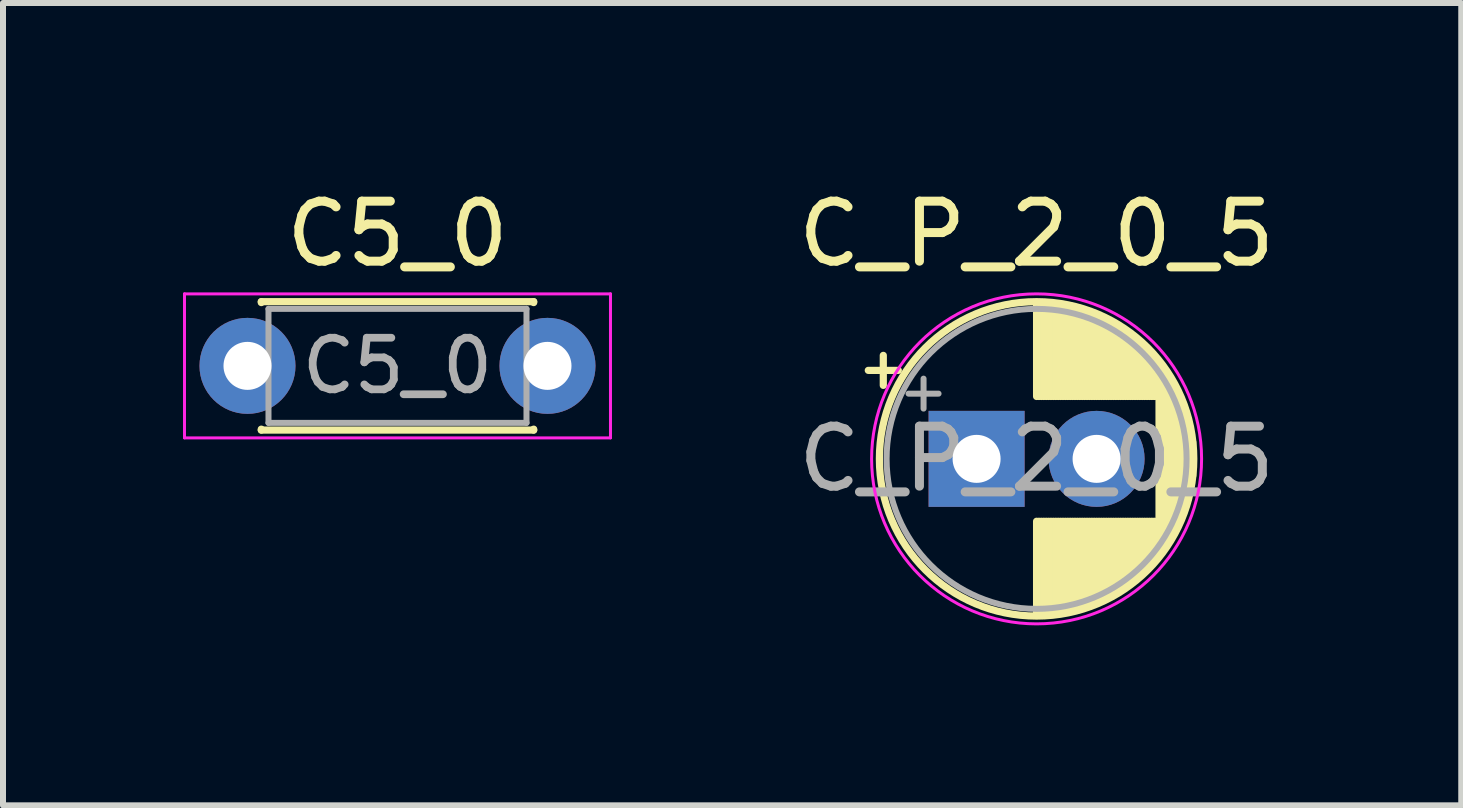
<source format=kicad_pcb>
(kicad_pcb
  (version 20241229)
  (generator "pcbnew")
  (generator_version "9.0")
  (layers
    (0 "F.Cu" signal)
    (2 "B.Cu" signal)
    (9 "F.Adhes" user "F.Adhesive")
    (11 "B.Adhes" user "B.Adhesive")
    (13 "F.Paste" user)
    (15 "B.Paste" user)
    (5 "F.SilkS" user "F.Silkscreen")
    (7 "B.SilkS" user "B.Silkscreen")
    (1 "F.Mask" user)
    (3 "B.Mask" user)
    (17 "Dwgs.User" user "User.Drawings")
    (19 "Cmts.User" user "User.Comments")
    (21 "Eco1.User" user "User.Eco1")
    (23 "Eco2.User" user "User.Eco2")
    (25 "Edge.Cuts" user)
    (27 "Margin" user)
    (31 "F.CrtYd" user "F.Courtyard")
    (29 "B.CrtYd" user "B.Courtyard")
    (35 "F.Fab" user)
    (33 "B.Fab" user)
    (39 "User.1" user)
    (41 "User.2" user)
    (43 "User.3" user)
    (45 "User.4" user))
  (footprint "C_P_2_0_5"
    (layer "F.Cu")
    (at 13.227 4.598)
    (property "Reference" "C_P_2_0_5" (at 1 -3.75 0) (layer "F.SilkS") (effects (font (size 1 1) (thickness 0.15))))
    (attr through_hole)
    (fp_line (start -1.805 -1.475) (end -1.305 -1.475) (stroke (width 0.12) (type solid)) (layer "F.SilkS"))
    (fp_line (start -1.555 -1.725) (end -1.555 -1.225) (stroke (width 0.12) (type solid)) (layer "F.SilkS"))
    (fp_line (start 1 -2.58) (end 1 -1.04) (stroke (width 0.12) (type solid)) (layer "F.SilkS"))
    (fp_line (start 1 1.04) (end 1 2.58) (stroke (width 0.12) (type solid)) (layer "F.SilkS"))
    (fp_line (start 1.04 -2.58) (end 1.04 -1.04) (stroke (width 0.12) (type solid)) (layer "F.SilkS"))
    (fp_line (start 1.04 1.04) (end 1.04 2.58) (stroke (width 0.12) (type solid)) (layer "F.SilkS"))
    (fp_line (start 1.08 -2.579) (end 1.08 -1.04) (stroke (width 0.12) (type solid)) (layer "F.SilkS"))
    (fp_line (start 1.08 1.04) (end 1.08 2.579) (stroke (width 0.12) (type solid)) (layer "F.SilkS"))
    (fp_line (start 1.12 -2.578) (end 1.12 -1.04) (stroke (width 0.12) (type solid)) (layer "F.SilkS"))
    (fp_line (start 1.12 1.04) (end 1.12 2.578) (stroke (width 0.12) (type solid)) (layer "F.SilkS"))
    (fp_line (start 1.16 -2.576) (end 1.16 -1.04) (stroke (width 0.12) (type solid)) (layer "F.SilkS"))
    (fp_line (start 1.16 1.04) (end 1.16 2.576) (stroke (width 0.12) (type solid)) (layer "F.SilkS"))
    (fp_line (start 1.2 -2.573) (end 1.2 -1.04) (stroke (width 0.12) (type solid)) (layer "F.SilkS"))
    (fp_line (start 1.2 1.04) (end 1.2 2.573) (stroke (width 0.12) (type solid)) (layer "F.SilkS"))
    (fp_line (start 1.24 -2.569) (end 1.24 -1.04) (stroke (width 0.12) (type solid)) (layer "F.SilkS"))
    (fp_line (start 1.24 1.04) (end 1.24 2.569) (stroke (width 0.12) (type solid)) (layer "F.SilkS"))
    (fp_line (start 1.28 -2.565) (end 1.28 -1.04) (stroke (width 0.12) (type solid)) (layer "F.SilkS"))
    (fp_line (start 1.28 1.04) (end 1.28 2.565) (stroke (width 0.12) (type solid)) (layer "F.SilkS"))
    (fp_line (start 1.32 -2.561) (end 1.32 -1.04) (stroke (width 0.12) (type solid)) (layer "F.SilkS"))
    (fp_line (start 1.32 1.04) (end 1.32 2.561) (stroke (width 0.12) (type solid)) (layer "F.SilkS"))
    (fp_line (start 1.36 -2.556) (end 1.36 -1.04) (stroke (width 0.12) (type solid)) (layer "F.SilkS"))
    (fp_line (start 1.36 1.04) (end 1.36 2.556) (stroke (width 0.12) (type solid)) (layer "F.SilkS"))
    (fp_line (start 1.4 -2.55) (end 1.4 -1.04) (stroke (width 0.12) (type solid)) (layer "F.SilkS"))
    (fp_line (start 1.4 1.04) (end 1.4 2.55) (stroke (width 0.12) (type solid)) (layer "F.SilkS"))
    (fp_line (start 1.44 -2.543) (end 1.44 -1.04) (stroke (width 0.12) (type solid)) (layer "F.SilkS"))
    (fp_line (start 1.44 1.04) (end 1.44 2.543) (stroke (width 0.12) (type solid)) (layer "F.SilkS"))
    (fp_line (start 1.48 -2.536) (end 1.48 -1.04) (stroke (width 0.12) (type solid)) (layer "F.SilkS"))
    (fp_line (start 1.48 1.04) (end 1.48 2.536) (stroke (width 0.12) (type solid)) (layer "F.SilkS"))
    (fp_line (start 1.52 -2.528) (end 1.52 -1.04) (stroke (width 0.12) (type solid)) (layer "F.SilkS"))
    (fp_line (start 1.52 1.04) (end 1.52 2.528) (stroke (width 0.12) (type solid)) (layer "F.SilkS"))
    (fp_line (start 1.56 -2.52) (end 1.56 -1.04) (stroke (width 0.12) (type solid)) (layer "F.SilkS"))
    (fp_line (start 1.56 1.04) (end 1.56 2.52) (stroke (width 0.12) (type solid)) (layer "F.SilkS"))
    (fp_line (start 1.6 -2.511) (end 1.6 -1.04) (stroke (width 0.12) (type solid)) (layer "F.SilkS"))
    (fp_line (start 1.6 1.04) (end 1.6 2.511) (stroke (width 0.12) (type solid)) (layer "F.SilkS"))
    (fp_line (start 1.64 -2.501) (end 1.64 -1.04) (stroke (width 0.12) (type solid)) (layer "F.SilkS"))
    (fp_line (start 1.64 1.04) (end 1.64 2.501) (stroke (width 0.12) (type solid)) (layer "F.SilkS"))
    (fp_line (start 1.68 -2.491) (end 1.68 -1.04) (stroke (width 0.12) (type solid)) (layer "F.SilkS"))
    (fp_line (start 1.68 1.04) (end 1.68 2.491) (stroke (width 0.12) (type solid)) (layer "F.SilkS"))
    (fp_line (start 1.721 -2.48) (end 1.721 -1.04) (stroke (width 0.12) (type solid)) (layer "F.SilkS"))
    (fp_line (start 1.721 1.04) (end 1.721 2.48) (stroke (width 0.12) (type solid)) (layer "F.SilkS"))
    (fp_line (start 1.761 -2.468) (end 1.761 -1.04) (stroke (width 0.12) (type solid)) (layer "F.SilkS"))
    (fp_line (start 1.761 1.04) (end 1.761 2.468) (stroke (width 0.12) (type solid)) (layer "F.SilkS"))
    (fp_line (start 1.801 -2.455) (end 1.801 -1.04) (stroke (width 0.12) (type solid)) (layer "F.SilkS"))
    (fp_line (start 1.801 1.04) (end 1.801 2.455) (stroke (width 0.12) (type solid)) (layer "F.SilkS"))
    (fp_line (start 1.841 -2.442) (end 1.841 -1.04) (stroke (width 0.12) (type solid)) (layer "F.SilkS"))
    (fp_line (start 1.841 1.04) (end 1.841 2.442) (stroke (width 0.12) (type solid)) (layer "F.SilkS"))
    (fp_line (start 1.881 -2.428) (end 1.881 -1.04) (stroke (width 0.12) (type solid)) (layer "F.SilkS"))
    (fp_line (start 1.881 1.04) (end 1.881 2.428) (stroke (width 0.12) (type solid)) (layer "F.SilkS"))
    (fp_line (start 1.921 -2.414) (end 1.921 -1.04) (stroke (width 0.12) (type solid)) (layer "F.SilkS"))
    (fp_line (start 1.921 1.04) (end 1.921 2.414) (stroke (width 0.12) (type solid)) (layer "F.SilkS"))
    (fp_line (start 1.961 -2.398) (end 1.961 -1.04) (stroke (width 0.12) (type solid)) (layer "F.SilkS"))
    (fp_line (start 1.961 1.04) (end 1.961 2.398) (stroke (width 0.12) (type solid)) (layer "F.SilkS"))
    (fp_line (start 2.001 -2.382) (end 2.001 -1.04) (stroke (width 0.12) (type solid)) (layer "F.SilkS"))
    (fp_line (start 2.001 1.04) (end 2.001 2.382) (stroke (width 0.12) (type solid)) (layer "F.SilkS"))
    (fp_line (start 2.041 -2.365) (end 2.041 -1.04) (stroke (width 0.12) (type solid)) (layer "F.SilkS"))
    (fp_line (start 2.041 1.04) (end 2.041 2.365) (stroke (width 0.12) (type solid)) (layer "F.SilkS"))
    (fp_line (start 2.081 -2.348) (end 2.081 -1.04) (stroke (width 0.12) (type solid)) (layer "F.SilkS"))
    (fp_line (start 2.081 1.04) (end 2.081 2.348) (stroke (width 0.12) (type solid)) (layer "F.SilkS"))
    (fp_line (start 2.121 -2.329) (end 2.121 -1.04) (stroke (width 0.12) (type solid)) (layer "F.SilkS"))
    (fp_line (start 2.121 1.04) (end 2.121 2.329) (stroke (width 0.12) (type solid)) (layer "F.SilkS"))
    (fp_line (start 2.161 -2.31) (end 2.161 -1.04) (stroke (width 0.12) (type solid)) (layer "F.SilkS"))
    (fp_line (start 2.161 1.04) (end 2.161 2.31) (stroke (width 0.12) (type solid)) (layer "F.SilkS"))
    (fp_line (start 2.201 -2.29) (end 2.201 -1.04) (stroke (width 0.12) (type solid)) (layer "F.SilkS"))
    (fp_line (start 2.201 1.04) (end 2.201 2.29) (stroke (width 0.12) (type solid)) (layer "F.SilkS"))
    (fp_line (start 2.241 -2.268) (end 2.241 -1.04) (stroke (width 0.12) (type solid)) (layer "F.SilkS"))
    (fp_line (start 2.241 1.04) (end 2.241 2.268) (stroke (width 0.12) (type solid)) (layer "F.SilkS"))
    (fp_line (start 2.281 -2.247) (end 2.281 -1.04) (stroke (width 0.12) (type solid)) (layer "F.SilkS"))
    (fp_line (start 2.281 1.04) (end 2.281 2.247) (stroke (width 0.12) (type solid)) (layer "F.SilkS"))
    (fp_line (start 2.321 -2.224) (end 2.321 -1.04) (stroke (width 0.12) (type solid)) (layer "F.SilkS"))
    (fp_line (start 2.321 1.04) (end 2.321 2.224) (stroke (width 0.12) (type solid)) (layer "F.SilkS"))
    (fp_line (start 2.361 -2.2) (end 2.361 -1.04) (stroke (width 0.12) (type solid)) (layer "F.SilkS"))
    (fp_line (start 2.361 1.04) (end 2.361 2.2) (stroke (width 0.12) (type solid)) (layer "F.SilkS"))
    (fp_line (start 2.401 -2.175) (end 2.401 -1.04) (stroke (width 0.12) (type solid)) (layer "F.SilkS"))
    (fp_line (start 2.401 1.04) (end 2.401 2.175) (stroke (width 0.12) (type solid)) (layer "F.SilkS"))
    (fp_line (start 2.441 -2.149) (end 2.441 -1.04) (stroke (width 0.12) (type solid)) (layer "F.SilkS"))
    (fp_line (start 2.441 1.04) (end 2.441 2.149) (stroke (width 0.12) (type solid)) (layer "F.SilkS"))
    (fp_line (start 2.481 -2.122) (end 2.481 -1.04) (stroke (width 0.12) (type solid)) (layer "F.SilkS"))
    (fp_line (start 2.481 1.04) (end 2.481 2.122) (stroke (width 0.12) (type solid)) (layer "F.SilkS"))
    (fp_line (start 2.521 -2.095) (end 2.521 -1.04) (stroke (width 0.12) (type solid)) (layer "F.SilkS"))
    (fp_line (start 2.521 1.04) (end 2.521 2.095) (stroke (width 0.12) (type solid)) (layer "F.SilkS"))
    (fp_line (start 2.561 -2.065) (end 2.561 -1.04) (stroke (width 0.12) (type solid)) (layer "F.SilkS"))
    (fp_line (start 2.561 1.04) (end 2.561 2.065) (stroke (width 0.12) (type solid)) (layer "F.SilkS"))
    (fp_line (start 2.601 -2.035) (end 2.601 -1.04) (stroke (width 0.12) (type solid)) (layer "F.SilkS"))
    (fp_line (start 2.601 1.04) (end 2.601 2.035) (stroke (width 0.12) (type solid)) (layer "F.SilkS"))
    (fp_line (start 2.641 -2.004) (end 2.641 -1.04) (stroke (width 0.12) (type solid)) (layer "F.SilkS"))
    (fp_line (start 2.641 1.04) (end 2.641 2.004) (stroke (width 0.12) (type solid)) (layer "F.SilkS"))
    (fp_line (start 2.681 -1.971) (end 2.681 -1.04) (stroke (width 0.12) (type solid)) (layer "F.SilkS"))
    (fp_line (start 2.681 1.04) (end 2.681 1.971) (stroke (width 0.12) (type solid)) (layer "F.SilkS"))
    (fp_line (start 2.721 -1.937) (end 2.721 -1.04) (stroke (width 0.12) (type solid)) (layer "F.SilkS"))
    (fp_line (start 2.721 1.04) (end 2.721 1.937) (stroke (width 0.12) (type solid)) (layer "F.SilkS"))
    (fp_line (start 2.761 -1.901) (end 2.761 -1.04) (stroke (width 0.12) (type solid)) (layer "F.SilkS"))
    (fp_line (start 2.761 1.04) (end 2.761 1.901) (stroke (width 0.12) (type solid)) (layer "F.SilkS"))
    (fp_line (start 2.801 -1.864) (end 2.801 -1.04) (stroke (width 0.12) (type solid)) (layer "F.SilkS"))
    (fp_line (start 2.801 1.04) (end 2.801 1.864) (stroke (width 0.12) (type solid)) (layer "F.SilkS"))
    (fp_line (start 2.841 -1.826) (end 2.841 -1.04) (stroke (width 0.12) (type solid)) (layer "F.SilkS"))
    (fp_line (start 2.841 1.04) (end 2.841 1.826) (stroke (width 0.12) (type solid)) (layer "F.SilkS"))
    (fp_line (start 2.881 -1.785) (end 2.881 -1.04) (stroke (width 0.12) (type solid)) (layer "F.SilkS"))
    (fp_line (start 2.881 1.04) (end 2.881 1.785) (stroke (width 0.12) (type solid)) (layer "F.SilkS"))
    (fp_line (start 2.921 -1.743) (end 2.921 -1.04) (stroke (width 0.12) (type solid)) (layer "F.SilkS"))
    (fp_line (start 2.921 1.04) (end 2.921 1.743) (stroke (width 0.12) (type solid)) (layer "F.SilkS"))
    (fp_line (start 2.961 -1.699) (end 2.961 -1.04) (stroke (width 0.12) (type solid)) (layer "F.SilkS"))
    (fp_line (start 2.961 1.04) (end 2.961 1.699) (stroke (width 0.12) (type solid)) (layer "F.SilkS"))
    (fp_line (start 3.001 -1.653) (end 3.001 -1.04) (stroke (width 0.12) (type solid)) (layer "F.SilkS"))
    (fp_line (start 3.001 1.04) (end 3.001 1.653) (stroke (width 0.12) (type solid)) (layer "F.SilkS"))
    (fp_line (start 3.041 -1.605) (end 3.041 1.605) (stroke (width 0.12) (type solid)) (layer "F.SilkS"))
    (fp_line (start 3.081 -1.554) (end 3.081 1.554) (stroke (width 0.12) (type solid)) (layer "F.SilkS"))
    (fp_line (start 3.121 -1.5) (end 3.121 1.5) (stroke (width 0.12) (type solid)) (layer "F.SilkS"))
    (fp_line (start 3.161 -1.443) (end 3.161 1.443) (stroke (width 0.12) (type solid)) (layer "F.SilkS"))
    (fp_line (start 3.201 -1.383) (end 3.201 1.383) (stroke (width 0.12) (type solid)) (layer "F.SilkS"))
    (fp_line (start 3.241 -1.319) (end 3.241 1.319) (stroke (width 0.12) (type solid)) (layer "F.SilkS"))
    (fp_line (start 3.281 -1.251) (end 3.281 1.251) (stroke (width 0.12) (type solid)) (layer "F.SilkS"))
    (fp_line (start 3.321 -1.178) (end 3.321 1.178) (stroke (width 0.12) (type solid)) (layer "F.SilkS"))
    (fp_line (start 3.361 -1.098) (end 3.361 1.098) (stroke (width 0.12) (type solid)) (layer "F.SilkS"))
    (fp_line (start 3.401 -1.011) (end 3.401 1.011) (stroke (width 0.12) (type solid)) (layer "F.SilkS"))
    (fp_line (start 3.441 -0.915) (end 3.441 0.915) (stroke (width 0.12) (type solid)) (layer "F.SilkS"))
    (fp_line (start 3.481 -0.805) (end 3.481 0.805) (stroke (width 0.12) (type solid)) (layer "F.SilkS"))
    (fp_line (start 3.521 -0.677) (end 3.521 0.677) (stroke (width 0.12) (type solid)) (layer "F.SilkS"))
    (fp_line (start 3.561 -0.518) (end 3.561 0.518) (stroke (width 0.12) (type solid)) (layer "F.SilkS"))
    (fp_line (start 3.601 -0.284) (end 3.601 0.284) (stroke (width 0.12) (type solid)) (layer "F.SilkS"))
    (fp_circle (center 1 0) (end 3.62 0) (stroke (width 0.12) (type solid)) (fill no) (layer "F.SilkS"))
    (fp_circle (center 1 0) (end 3.75 0) (stroke (width 0.05) (type solid)) (fill no) (layer "F.CrtYd"))
    (fp_line (start -1.134 -1.087) (end -0.634 -1.087) (stroke (width 0.1) (type solid)) (layer "F.Fab"))
    (fp_line (start -0.884 -1.337) (end -0.884 -0.838) (stroke (width 0.1) (type solid)) (layer "F.Fab"))
    (fp_circle (center 1 0) (end 3.5 0) (stroke (width 0.1) (type solid)) (fill no) (layer "F.Fab"))
    (fp_text user "${REFERENCE}" (at 1 0 0) (layer "F.Fab") (effects (font (size 1 1) (thickness 0.15))))
    (pad "1" thru_hole rect (at 0 0) (size 1.6 1.6) (drill 0.8) (layers "*.Cu" "*.Mask"))
    (pad "2" thru_hole circle (at 2 0) (size 1.6 1.6) (drill 0.8) (layers "*.Cu" "*.Mask")))
  (footprint "C5_0"
    (layer "F.Cu")
    (at 1.075 3.048)
    (property "Reference" "C5_0" (at 2.5 -2.2 0) (layer "F.SilkS") (effects (font (size 1 1) (thickness 0.15))))
    (attr through_hole)
    (fp_line (start 0.23 -1.07) (end 0.23 -1.055) (stroke (width 0.12) (type solid)) (layer "F.SilkS"))
    (fp_line (start 0.23 -1.07) (end 4.77 -1.07) (stroke (width 0.12) (type solid)) (layer "F.SilkS"))
    (fp_line (start 0.23 1.055) (end 0.23 1.07) (stroke (width 0.12) (type solid)) (layer "F.SilkS"))
    (fp_line (start 0.23 1.07) (end 4.77 1.07) (stroke (width 0.12) (type solid)) (layer "F.SilkS"))
    (fp_line (start 4.77 -1.07) (end 4.77 -1.055) (stroke (width 0.12) (type solid)) (layer "F.SilkS"))
    (fp_line (start 4.77 1.055) (end 4.77 1.07) (stroke (width 0.12) (type solid)) (layer "F.SilkS"))
    (fp_line (start -1.05 -1.2) (end -1.05 1.2) (stroke (width 0.05) (type solid)) (layer "F.CrtYd"))
    (fp_line (start -1.05 1.2) (end 6.05 1.2) (stroke (width 0.05) (type solid)) (layer "F.CrtYd"))
    (fp_line (start 6.05 -1.2) (end -1.05 -1.2) (stroke (width 0.05) (type solid)) (layer "F.CrtYd"))
    (fp_line (start 6.05 1.2) (end 6.05 -1.2) (stroke (width 0.05) (type solid)) (layer "F.CrtYd"))
    (fp_line (start 0.35 -0.95) (end 0.35 0.95) (stroke (width 0.1) (type solid)) (layer "F.Fab"))
    (fp_line (start 0.35 0.95) (end 4.65 0.95) (stroke (width 0.1) (type solid)) (layer "F.Fab"))
    (fp_line (start 4.65 -0.95) (end 0.35 -0.95) (stroke (width 0.1) (type solid)) (layer "F.Fab"))
    (fp_line (start 4.65 0.95) (end 4.65 -0.95) (stroke (width 0.1) (type solid)) (layer "F.Fab"))
    (fp_text user "${REFERENCE}" (at 2.5 0 0) (layer "F.Fab") (effects (font (size 0.86 0.86) (thickness 0.129))))
    (pad "1" thru_hole circle (at 0 0) (size 1.6 1.6) (drill 0.8) (layers "*.Cu" "*.Mask"))
    (pad "2" thru_hole circle (at 5 0) (size 1.6 1.6) (drill 0.8) (layers "*.Cu" "*.Mask")))
  (gr_rect
    (start -3 -3)
    (end 21.305 10.373)
    (stroke (width 0.1) (type default))
    (fill no)
    (layer "Edge.Cuts")))
</source>
